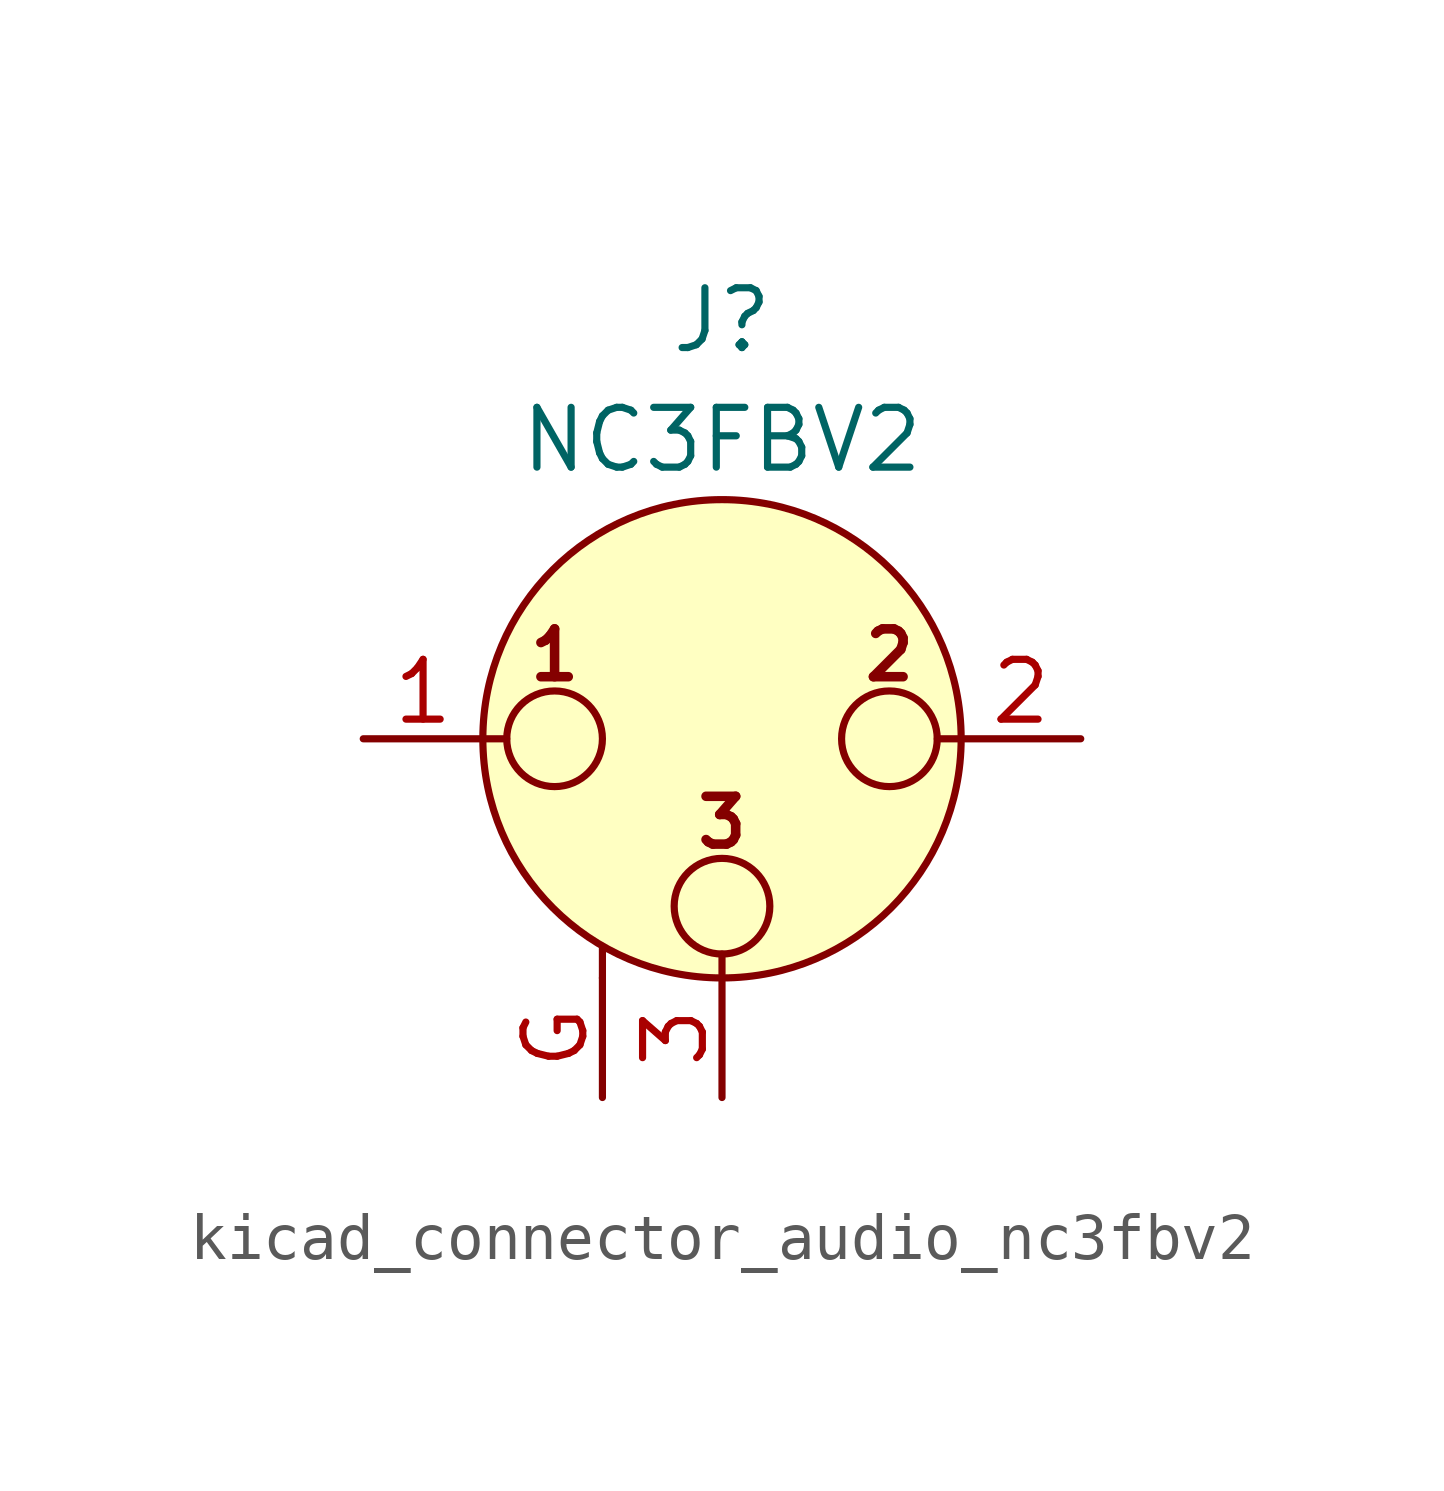
<source format=kicad_sym>
(kicad_symbol_lib
  (version 20220914)
  (generator kicad_symbol_editor)
  (symbol "kicad_connector_audio_nc3fbv2"
    (pin_names hide)
    (property "Reference" "J"
      (at 0 8.89 0)
      (effects (font (size 1.27 1.27))))
    (property "Value" "NC3FBV2"
      (at 0 6.35 0)
      (effects (font (size 1.27 1.27))))
    (symbol "kicad_connector_audio_nc3fbv2_0_1"
      (circle (center -3.556 0) (radius 1.016) (stroke (width 0) (type default)) (fill (type none)))
      (circle (center 0 -3.556) (radius 1.016) (stroke (width 0) (type default)) (fill (type none)))
      (polyline (pts (xy -5.08 0) (xy -4.572 0)) (stroke (width 0) (type default)) (fill (type none)))
      (polyline (pts (xy -2.54 -5.08) (xy -2.54 -4.445)) (stroke (width 0) (type default)) (fill (type none)))
      (polyline (pts (xy 0 -5.08) (xy 0 -4.572)) (stroke (width 0) (type default)) (fill (type none)))
      (polyline (pts (xy 5.08 0) (xy 4.572 0)) (stroke (width 0) (type default)) (fill (type none)))
      (circle (center 0 0) (radius 5.08) (stroke (width 0) (type default)) (fill (type background)))
      (circle (center 3.556 0) (radius 1.016) (stroke (width 0) (type default)) (fill (type none)))
      (text "1" (at -3.556 1.778 0) (effects (font (size 1.016 1.016) bold)))
      (text "2" (at 3.556 1.778 0) (effects (font (size 1.016 1.016) bold)))
      (text "3" (at 0 -1.778 0) (effects (font (size 1.016 1.016) bold)))
      (pin passive line (at -7.62 0 0) (length 2.54) (name "~" (effects (font (size 1.27 1.27)))) (number "1" (effects (font (size 1.27 1.27)))))
      (pin passive line (at 7.62 0 180) (length 2.54) (name "~" (effects (font (size 1.27 1.27)))) (number "2" (effects (font (size 1.27 1.27)))))
      (pin passive line (at 0 -7.62 90) (length 2.54) (name "~" (effects (font (size 1.27 1.27)))) (number "3" (effects (font (size 1.27 1.27))))))
    (symbol "kicad_connector_audio_nc3fbv2_1_1"
      (pin passive line (at -2.54 -7.62 90) (length 2.54) (name "~" (effects (font (size 1.27 1.27)))) (number "G" (effects (font (size 1.27 1.27))))))))
</source>
